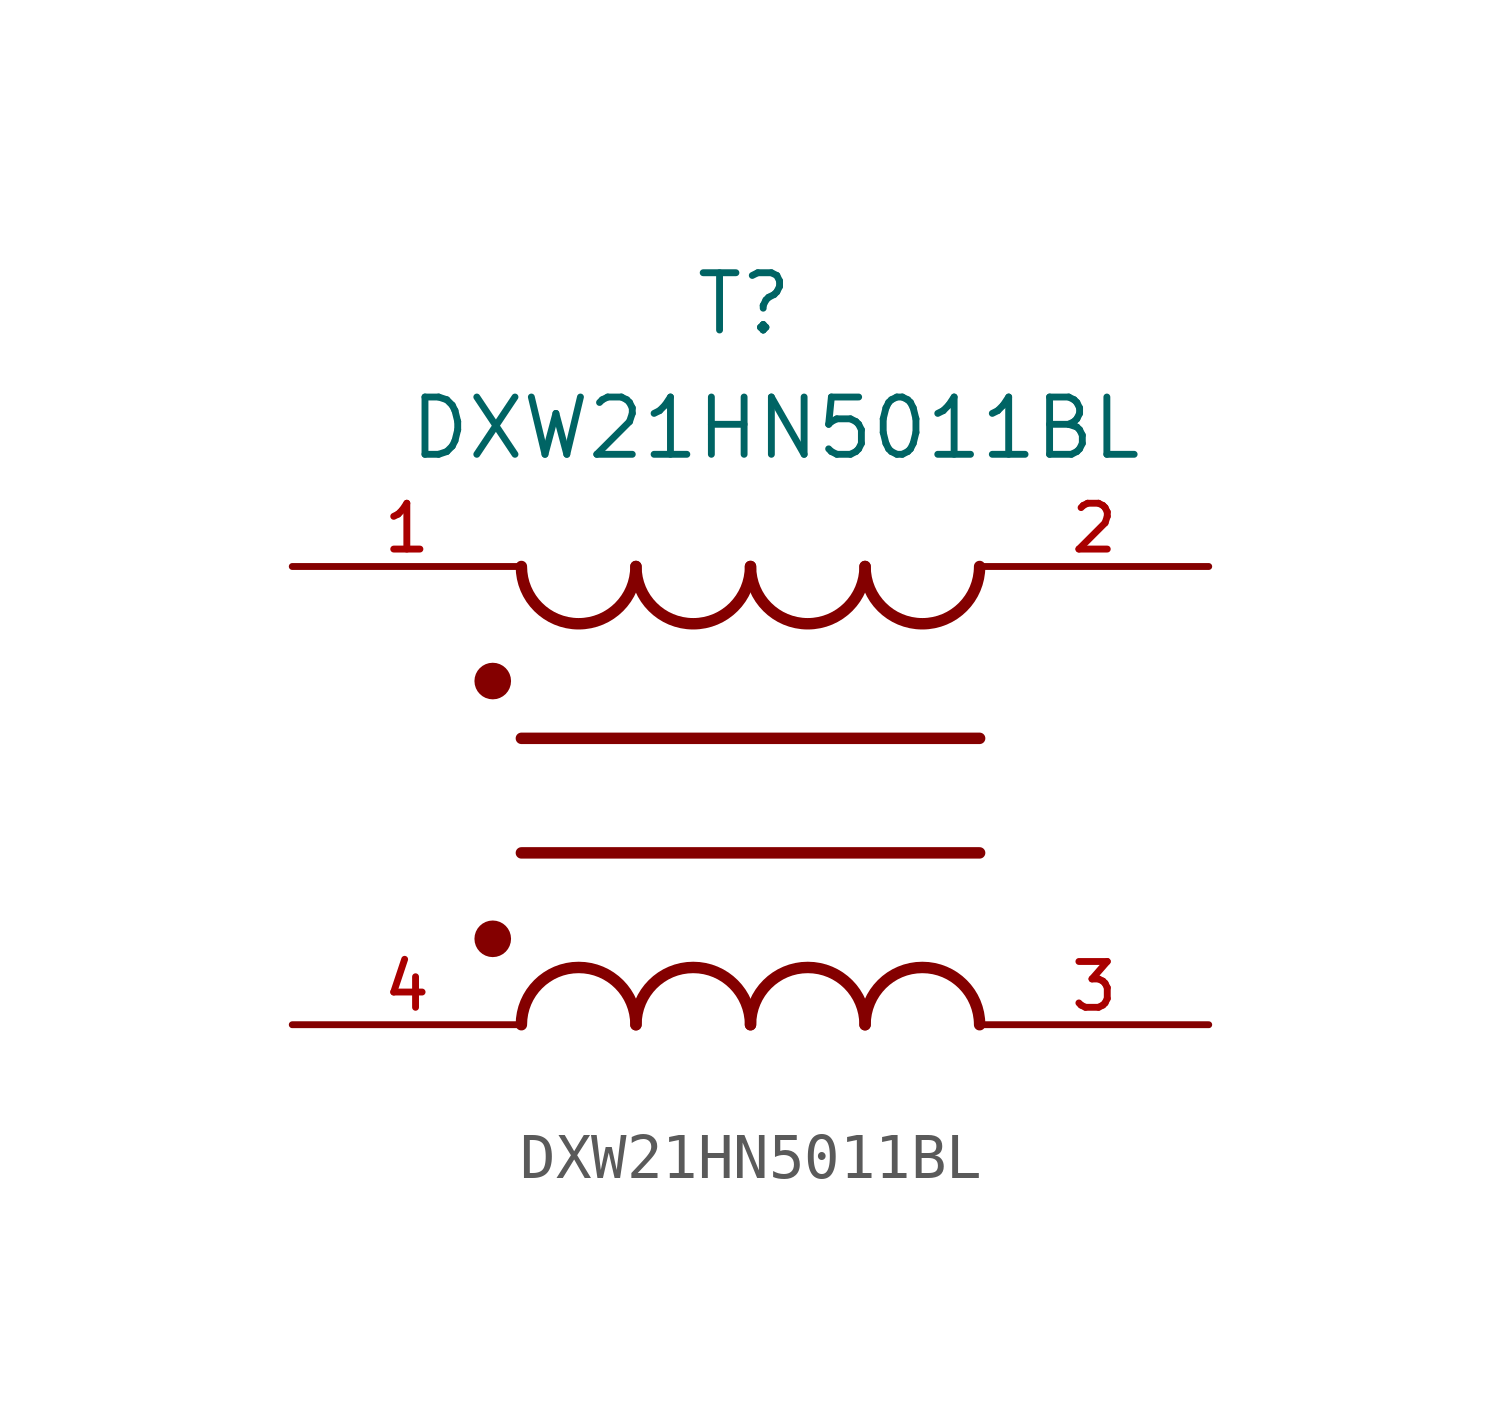
<source format=kicad_sym>
(kicad_symbol_lib
  (version 20220914)
  (generator kicad_symbol_editor)
  (symbol "DXW21HN5011BL"
    (pin_names
      (offset 1.016))
    (property "Reference" "T"
      (at -1.27 10.16 0)
      (effects (font (size 1.27 1.27)) (justify left bottom)))
    (property "Value" "DXW21HN5011BL"
      (at -7.62 8.89 0)
      (effects (font (size 1.27 1.27)) (justify left top)))
    (symbol "DXW21HN5011BL_0_0"
      (circle (center -5.715 -3.175) (radius 0.203) (stroke (width 0.406) (type default)) (fill (type none)))
      (circle (center -5.715 2.54) (radius 0.203) (stroke (width 0.406) (type default)) (fill (type none)))
      (arc (start -5.08 5.08) (mid -3.81 3.8155) (end -2.54 5.08) (stroke (width 0.254) (type default)) (fill (type none)))
      (arc (start -2.54 -5.08) (mid -3.81 -3.8155) (end -5.08 -5.08) (stroke (width 0.254) (type default)) (fill (type none)))
      (arc (start -2.54 5.08) (mid -1.27 3.8155) (end 0 5.08) (stroke (width 0.254) (type default)) (fill (type none)))
      (arc (start 0 -5.08) (mid -1.27 -3.8155) (end -2.54 -5.08) (stroke (width 0.254) (type default)) (fill (type none)))
      (polyline (pts (xy -5.08 -1.27) (xy 5.08 -1.27)) (stroke (width 0.254) (type default)) (fill (type none)))
      (polyline (pts (xy 5.08 1.27) (xy -5.08 1.27)) (stroke (width 0.254) (type default)) (fill (type none)))
      (arc (start 0 5.08) (mid 1.27 3.8155) (end 2.54 5.08) (stroke (width 0.254) (type default)) (fill (type none)))
      (arc (start 2.54 -5.08) (mid 1.27 -3.8155) (end 0 -5.08) (stroke (width 0.254) (type default)) (fill (type none)))
      (arc (start 2.54 5.08) (mid 3.81 3.8155) (end 5.08 5.08) (stroke (width 0.254) (type default)) (fill (type none)))
      (arc (start 5.08 -5.08) (mid 3.81 -3.8155) (end 2.54 -5.08) (stroke (width 0.254) (type default)) (fill (type none)))
      (pin passive line (at -10.16 5.08 0) (length 5.08) (name "~" (effects (font (size 1.016 1.016)))) (number "1" (effects (font (size 1.016 1.016)))))
      (pin passive line (at 10.16 5.08 180) (length 5.08) (name "~" (effects (font (size 1.016 1.016)))) (number "2" (effects (font (size 1.016 1.016)))))
      (pin passive line (at 10.16 -5.08 180) (length 5.08) (name "~" (effects (font (size 1.016 1.016)))) (number "3" (effects (font (size 1.016 1.016)))))
      (pin passive line (at -10.16 -5.08 0) (length 5.08) (name "~" (effects (font (size 1.016 1.016)))) (number "4" (effects (font (size 1.016 1.016))))))))
</source>
